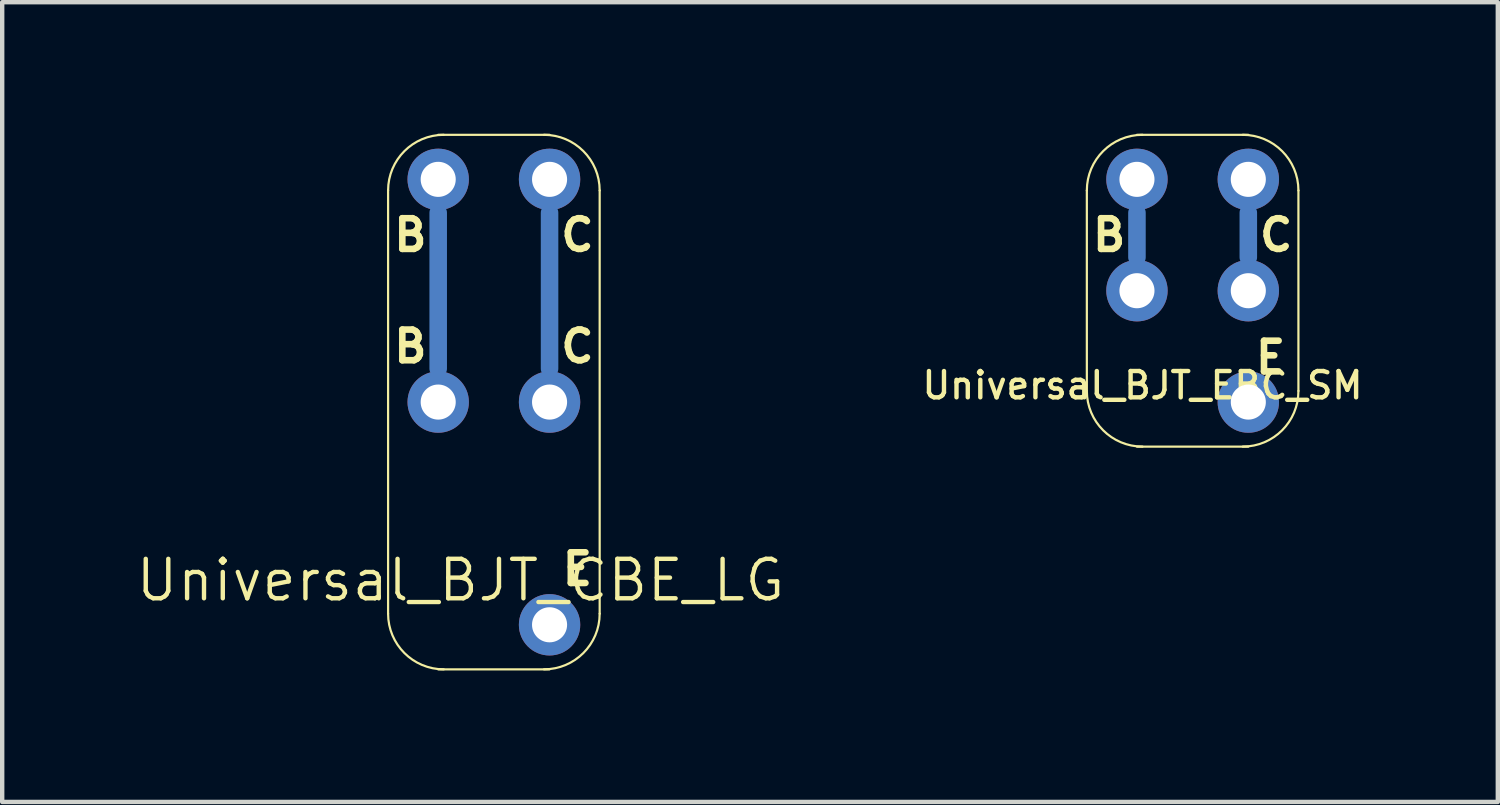
<source format=kicad_pcb>
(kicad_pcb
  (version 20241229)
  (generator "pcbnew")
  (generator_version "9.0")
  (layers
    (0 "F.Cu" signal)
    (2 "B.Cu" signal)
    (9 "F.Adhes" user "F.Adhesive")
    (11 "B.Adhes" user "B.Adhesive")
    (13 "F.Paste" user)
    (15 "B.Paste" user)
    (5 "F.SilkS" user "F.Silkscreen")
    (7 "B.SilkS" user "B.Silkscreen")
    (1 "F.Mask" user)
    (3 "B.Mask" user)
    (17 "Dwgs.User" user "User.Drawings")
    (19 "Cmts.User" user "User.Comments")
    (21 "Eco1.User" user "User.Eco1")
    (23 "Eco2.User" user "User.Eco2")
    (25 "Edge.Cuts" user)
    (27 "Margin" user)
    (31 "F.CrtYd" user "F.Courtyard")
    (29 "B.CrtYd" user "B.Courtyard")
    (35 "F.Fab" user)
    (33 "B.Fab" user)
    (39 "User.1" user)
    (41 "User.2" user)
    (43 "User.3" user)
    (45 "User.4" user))
  (footprint "Universal_BJT_CBE_LG"
    (layer "F.Cu")
    (at 6.945 6.121)
    (property "Reference" "Universal_BJT_CBE_LG" (at 0.508 4.064 0) (layer "F.SilkS") (effects (font (size 0.9 0.9) (thickness 0.1))))
    (attr through_hole)
    (fp_line (start 0 -0.762) (end 0 -4.318) (stroke (width 0.4) (type solid)) (layer "B.Cu"))
    (fp_line (start 2.54 -0.762) (end 2.54 -4.318) (stroke (width 0.4) (type solid)) (layer "B.Cu"))
    (fp_line (start -1.143 4.826) (end -1.143 -4.826) (stroke (width 0.05) (type solid)) (layer "F.SilkS"))
    (fp_line (start 0 -6.096) (end 2.54 -6.096) (stroke (width 0.05) (type solid)) (layer "F.SilkS"))
    (fp_line (start 0 6.096) (end 2.54 6.096) (stroke (width 0.05) (type solid)) (layer "F.SilkS"))
    (fp_line (start 3.683 -4.826) (end 3.683 4.826) (stroke (width 0.05) (type solid)) (layer "F.SilkS"))
    (fp_arc (start -1.143 -4.826) (mid -0.771026 -5.724026) (end 0.127 -6.096) (stroke (width 0.05) (type solid)) (layer "F.SilkS"))
    (fp_arc (start 0.127 6.096) (mid -0.771026 5.724026) (end -1.143 4.826) (stroke (width 0.05) (type solid)) (layer "F.SilkS"))
    (fp_arc (start 2.413 -6.096) (mid 3.311026 -5.724026) (end 3.683 -4.826) (stroke (width 0.05) (type solid)) (layer "F.SilkS"))
    (fp_arc (start 3.683 4.826) (mid 3.311026 5.724026) (end 2.413 6.096) (stroke (width 0.05) (type solid)) (layer "F.SilkS"))
    (fp_text user "E" (at 3.175 3.81 180) (layer "F.SilkS") (effects (font (size 0.7 0.7) (thickness 0.15))))
    (fp_text user "B" (at -0.635 -1.27 180) (layer "F.SilkS") (effects (font (size 0.7 0.7) (thickness 0.15))))
    (fp_text user "B" (at -0.635 -3.81 180) (layer "F.SilkS") (effects (font (size 0.7 0.7) (thickness 0.15))))
    (fp_text user "C" (at 3.175 -3.81 180) (layer "F.SilkS") (effects (font (size 0.7 0.7) (thickness 0.15))))
    (fp_text user "C" (at 3.175 -1.27 180) (layer "F.SilkS") (effects (font (size 0.7 0.7) (thickness 0.15))))
    (pad "1" thru_hole circle (at 2.54 -5.08 180) (size 1.4 1.4) (drill 0.8) (layers "*.Cu"))
    (pad "1" thru_hole circle (at 2.54 0 180) (size 1.4 1.4) (drill 0.8) (layers "*.Cu"))
    (pad "2" thru_hole circle (at 0 -5.08 180) (size 1.4 1.4) (drill 0.8) (layers "*.Cu"))
    (pad "2" thru_hole circle (at 0 0 180) (size 1.4 1.4) (drill 0.8) (layers "*.Cu"))
    (pad "3" thru_hole circle (at 2.54 5.08 180) (size 1.4 1.4) (drill 0.8) (layers "*.Cu")))
  (footprint "Universal_BJT_EBC_SM"
    (layer "F.Cu")
    (at 22.883 3.581)
    (property "Reference" "Universal_BJT_EBC_SM" (at 0.127 2.159 0) (layer "F.SilkS") (effects (font (size 0.6 0.6) (thickness 0.1))))
    (attr through_hole)
    (fp_line (start 0 -0.762) (end 0 -1.778) (stroke (width 0.4) (type solid)) (layer "B.Cu"))
    (fp_line (start 2.54 -0.762) (end 2.54 -1.778) (stroke (width 0.4) (type solid)) (layer "B.Cu"))
    (fp_line (start -1.143 2.286) (end -1.143 -2.286) (stroke (width 0.05) (type solid)) (layer "F.SilkS"))
    (fp_line (start 0 -3.556) (end 2.54 -3.556) (stroke (width 0.05) (type solid)) (layer "F.SilkS"))
    (fp_line (start 0 3.556) (end 2.54 3.556) (stroke (width 0.05) (type solid)) (layer "F.SilkS"))
    (fp_line (start 3.683 2.286) (end 3.683 -2.286) (stroke (width 0.05) (type solid)) (layer "F.SilkS"))
    (fp_arc (start -1.143 -2.286) (mid -0.771026 -3.184026) (end 0.127 -3.556) (stroke (width 0.05) (type solid)) (layer "F.SilkS"))
    (fp_arc (start 0.127 3.556) (mid -0.771026 3.184026) (end -1.143 2.286) (stroke (width 0.05) (type solid)) (layer "F.SilkS"))
    (fp_arc (start 2.413 -3.556) (mid 3.311026 -3.184026) (end 3.683 -2.286) (stroke (width 0.05) (type solid)) (layer "F.SilkS"))
    (fp_arc (start 3.683 2.286) (mid 3.311026 3.184026) (end 2.413 3.556) (stroke (width 0.05) (type solid)) (layer "F.SilkS"))
    (fp_text user "C" (at 3.175 -1.27 180) (layer "F.SilkS") (effects (font (size 0.7 0.7) (thickness 0.15))))
    (fp_text user "B" (at -0.635 -1.27 180) (layer "F.SilkS") (effects (font (size 0.7 0.7) (thickness 0.15))))
    (fp_text user "E" (at 3.048 1.524 180) (layer "F.SilkS") (effects (font (size 0.7 0.7) (thickness 0.15))))
    (pad "1" thru_hole circle (at 2.54 2.54 180) (size 1.4 1.4) (drill 0.8) (layers "*.Cu"))
    (pad "2" thru_hole circle (at 0 -2.54 180) (size 1.4 1.4) (drill 0.8) (layers "*.Cu"))
    (pad "2" thru_hole circle (at 0 0 180) (size 1.4 1.4) (drill 0.8) (layers "*.Cu"))
    (pad "3" thru_hole circle (at 2.54 -2.54 180) (size 1.4 1.4) (drill 0.8) (layers "*.Cu"))
    (pad "3" thru_hole circle (at 2.54 0 180) (size 1.4 1.4) (drill 0.8) (layers "*.Cu")))
  (gr_rect
    (start -3 -3)
    (end 31.114 15.242)
    (stroke (width 0.1) (type default))
    (fill no)
    (layer "Edge.Cuts")))
</source>
